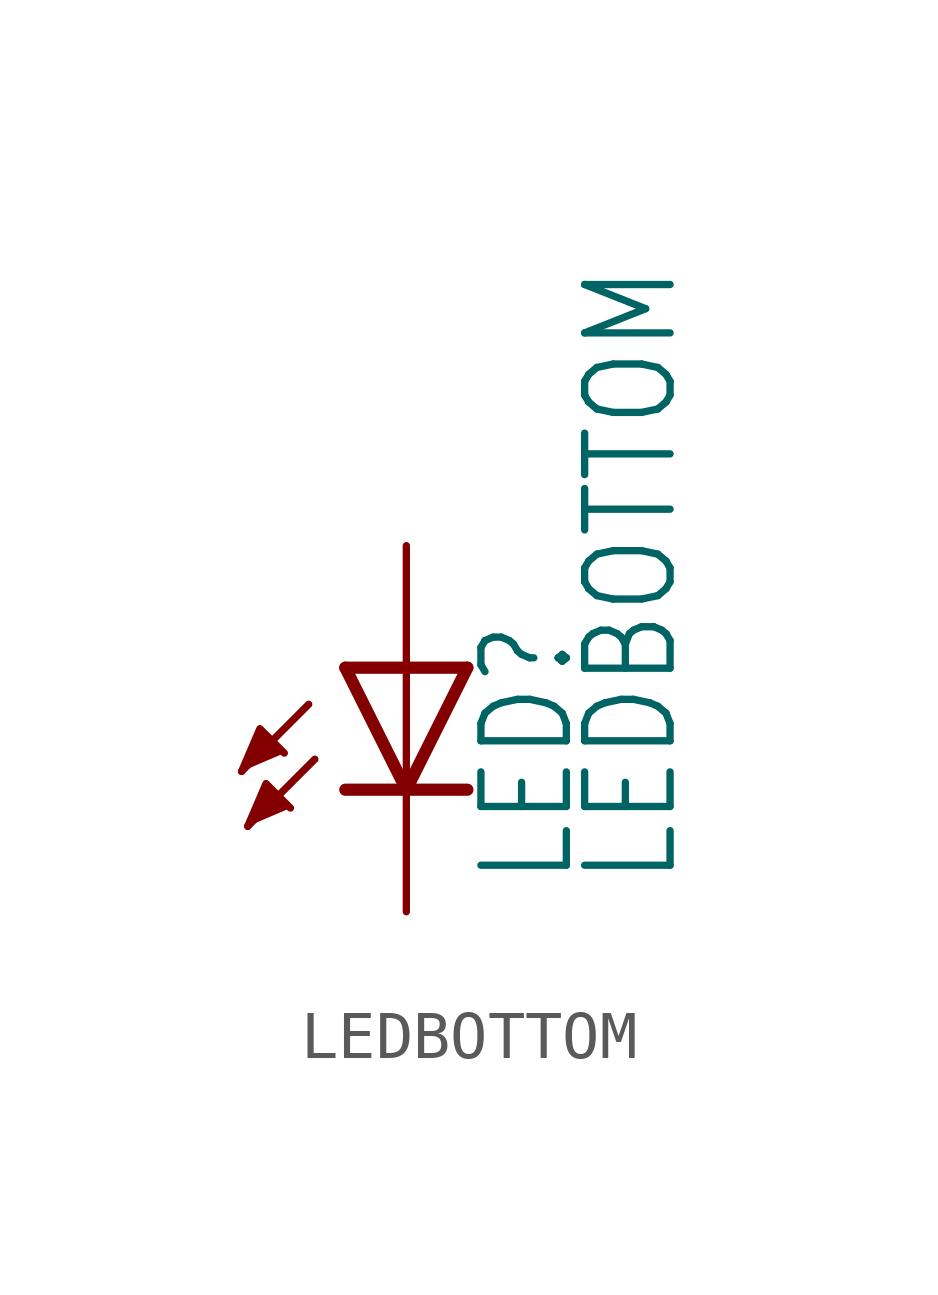
<source format=kicad_sym>
(kicad_symbol_lib
  (version 20211014)
  (generator kicad_symbol_editor)
  (symbol "LEDBOTTOM"
    (property "Reference" "LED"
      (at 3.556 -4.572 90)
      (effects (font (size 1.778 1.511)) (justify left bottom)))
    (property "Value" "LEDBOTTOM"
      (at 5.715 -4.572 90)
      (effects (font (size 1.778 1.511)) (justify left bottom)))
    (property "ki_locked" ""
      (at 0 0 0)
      (effects (font (size 1.27 1.27))))
    (symbol "LEDBOTTOM_1_0"
      (polyline (pts (xy -2.032 -0.762) (xy -3.429 -2.159)) (stroke (width 0.152) (type default) (color 0 0 0 0)) (fill (type none)))
      (polyline (pts (xy -1.905 -1.905) (xy -3.302 -3.302)) (stroke (width 0.152) (type default) (color 0 0 0 0)) (fill (type none)))
      (polyline (pts (xy 0 -2.54) (xy -1.27 -2.54)) (stroke (width 0.254) (type default) (color 0 0 0 0)) (fill (type none)))
      (polyline (pts (xy 0 -2.54) (xy -1.27 0)) (stroke (width 0.254) (type default) (color 0 0 0 0)) (fill (type none)))
      (polyline (pts (xy 0 0) (xy -1.27 0)) (stroke (width 0.254) (type default) (color 0 0 0 0)) (fill (type none)))
      (polyline (pts (xy 0 0) (xy 0 -2.54)) (stroke (width 0.152) (type default) (color 0 0 0 0)) (fill (type none)))
      (polyline (pts (xy 1.27 -2.54) (xy 0 -2.54)) (stroke (width 0.254) (type default) (color 0 0 0 0)) (fill (type none)))
      (polyline (pts (xy 1.27 0) (xy 0 -2.54)) (stroke (width 0.254) (type default) (color 0 0 0 0)) (fill (type none)))
      (polyline (pts (xy 1.27 0) (xy 0 0)) (stroke (width 0.254) (type default) (color 0 0 0 0)) (fill (type none)))
      (polyline (pts (xy -3.429 -2.159) (xy -3.048 -1.27) (xy -2.54 -1.778)) (stroke (width 0) (type default) (color 0 0 0 0)) (fill (type outline)))
      (polyline (pts (xy -3.302 -3.302) (xy -2.921 -2.413) (xy -2.413 -2.921)) (stroke (width 0) (type default) (color 0 0 0 0)) (fill (type outline)))
      (pin passive line (at 0 2.54 270) (length 2.54) (name "A" (effects (font (size 0 0)))) (number "A" (effects (font (size 0 0)))))
      (pin passive line (at 0 -5.08 90) (length 2.54) (name "C" (effects (font (size 0 0)))) (number "C" (effects (font (size 0 0))))))))
</source>
